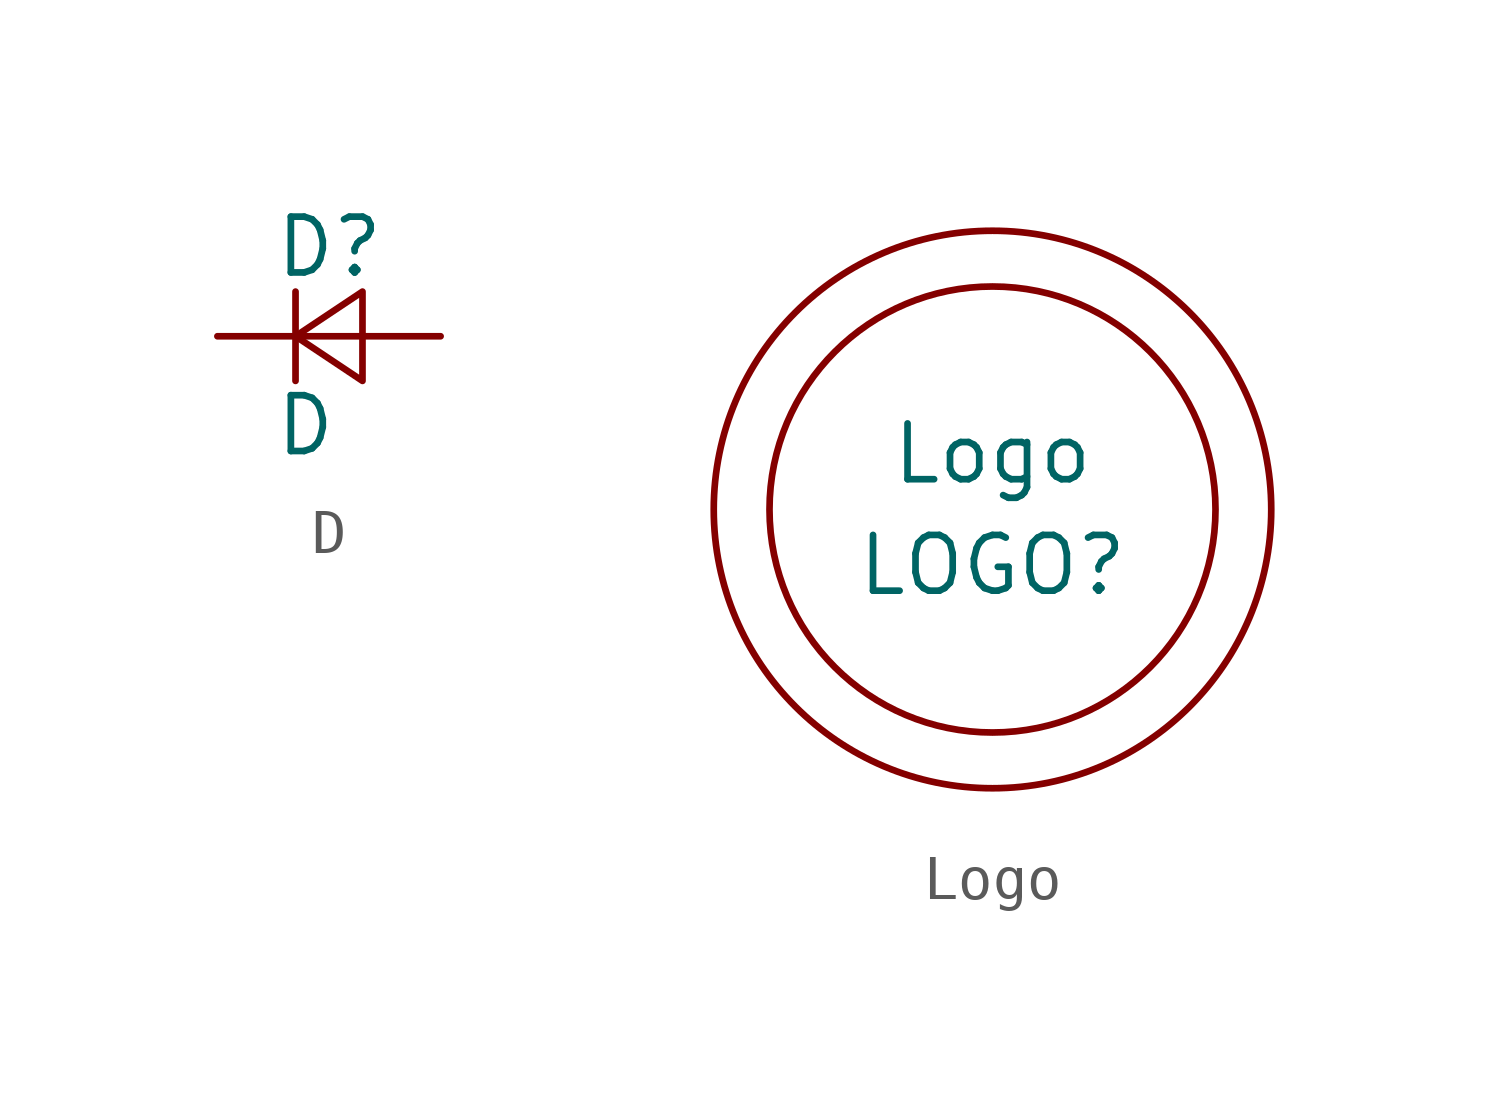
<source format=kicad_sym>
(kicad_symbol_lib
  (version 20211014)
  (generator kicad_symbol_editor)
  (symbol "D"
    (pin_numbers hide)
    (pin_names
      (offset 0.254) hide)
    (property "Reference" "D"
      (at -1.27 2.032 0)
      (effects (font (size 1.27 1.27)) (justify left)))
    (property "Value" "D"
      (at -1.27 -2.032 0)
      (effects (font (size 1.27 1.27)) (justify left)))
    (symbol "D_0_1"
      (polyline (pts (xy -0.762 -1.016) (xy -0.762 1.016)) (stroke (width 0) (type default) (color 0 0 0 0)) (fill (type none)))
      (polyline (pts (xy -0.762 0) (xy 0.762 0)) (stroke (width 0) (type default) (color 0 0 0 0)) (fill (type none)))
      (polyline (pts (xy 0.762 -1.016) (xy -0.762 0) (xy 0.762 1.016) (xy 0.762 -1.016)) (stroke (width 0) (type default) (color 0 0 0 0)) (fill (type none))))
    (symbol "D_1_1"
      (pin passive line (at -2.54 0 0) (length 1.778) (name "K" (effects (font (size 1.27 1.27)))) (number "1" (effects (font (size 1.27 1.27)))))
      (pin passive line (at 2.54 0 180) (length 1.778) (name "A" (effects (font (size 1.27 1.27)))) (number "2" (effects (font (size 1.27 1.27)))))))
  (symbol "Logo"
    (pin_names
      (offset 1.016))
    (property "Reference" "LOGO"
      (at 0 -1.27 0)
      (effects (font (size 1.27 1.27))))
    (property "Value" "Logo"
      (at 0 1.27 0)
      (effects (font (size 1.27 1.27))))
    (symbol "Logo_0_1"
      (circle (center 0 0) (radius 5.08) (stroke (width 0) (type default) (color 0 0 0 0)) (fill (type none)))
      (circle (center 0 0) (radius 6.35) (stroke (width 0) (type default) (color 0 0 0 0)) (fill (type none))))))
</source>
